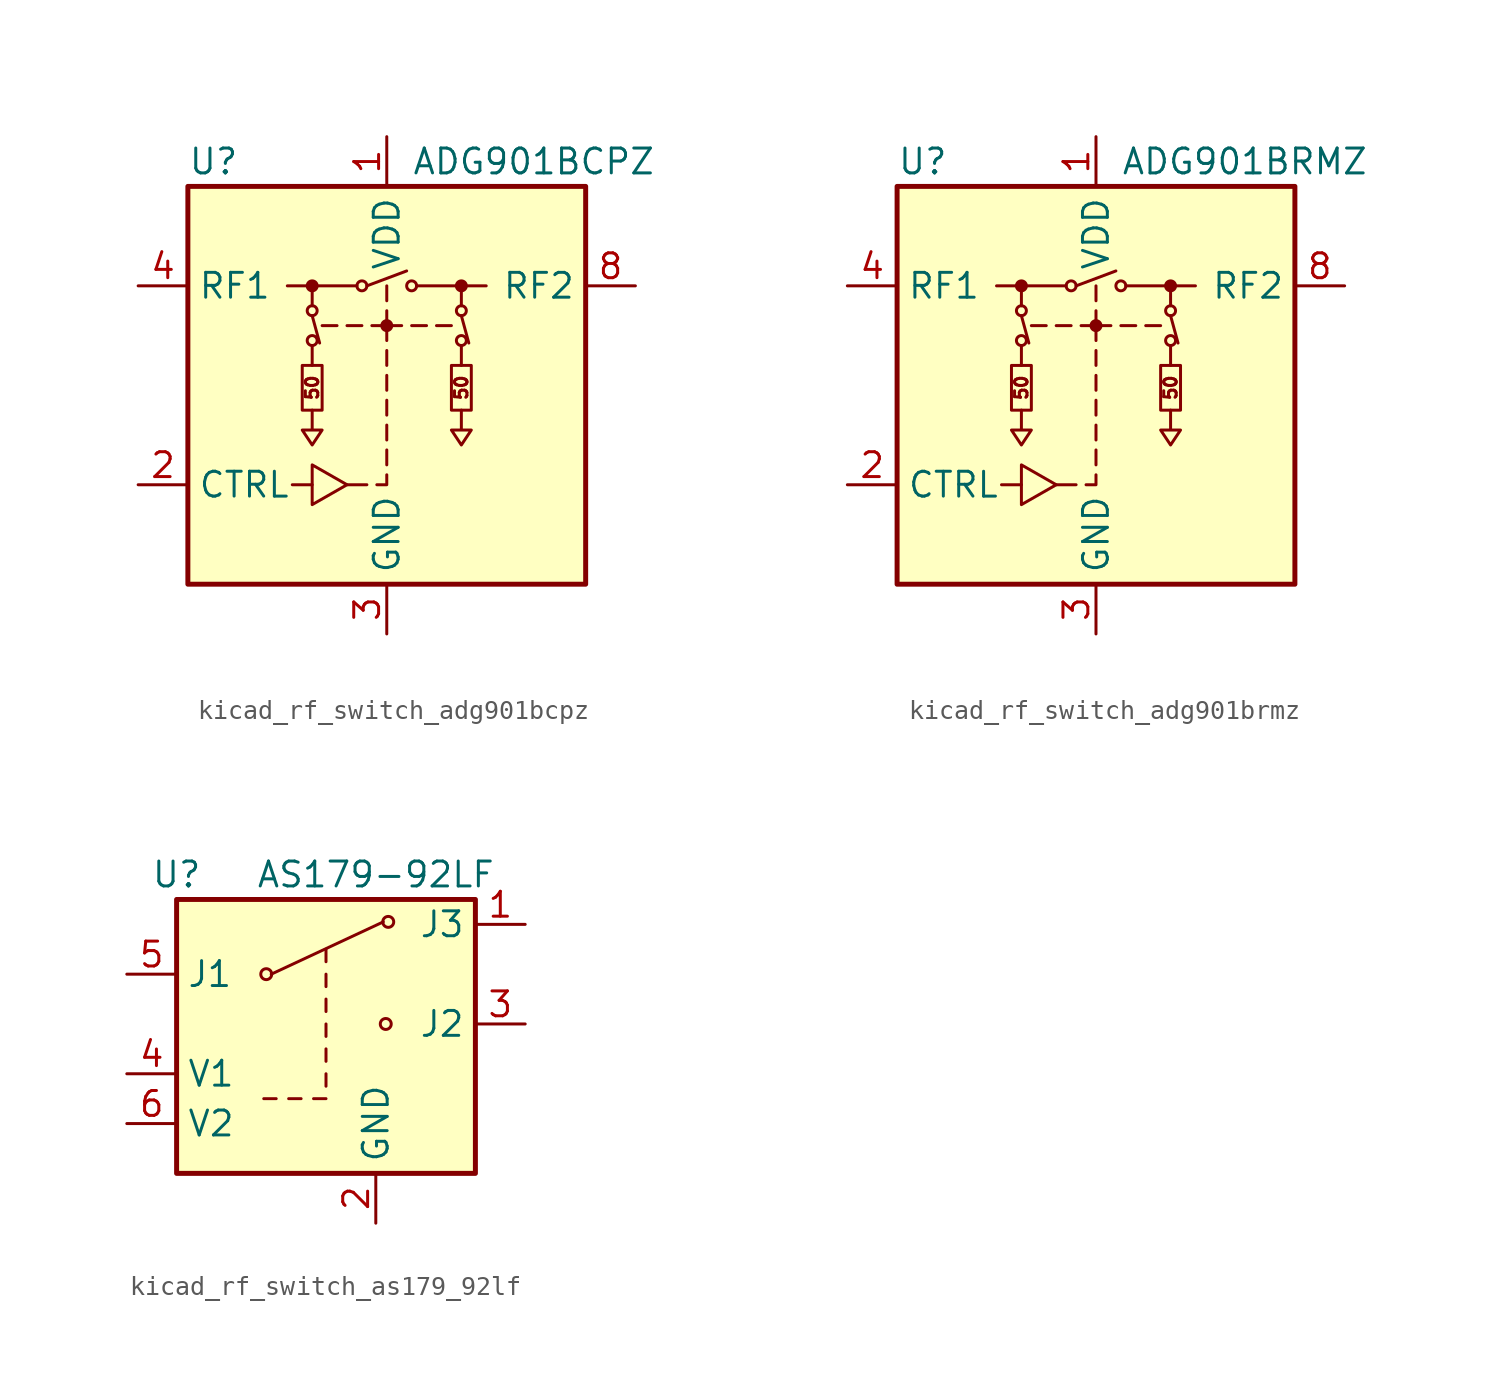
<source format=kicad_sym>
(kicad_symbol_lib
  (version 20220914)
  (generator kicad_symbol_editor)
  (symbol "kicad_rf_switch_adg901bcpz"
    (property "Reference" "U"
      (at -10.16 11.43 0)
      (effects (font (size 1.27 1.27)) (justify left)))
    (property "Value" "ADG901BCPZ"
      (at 1.27 11.43 0)
      (effects (font (size 1.27 1.27)) (justify left)))
    (symbol "kicad_rf_switch_adg901bcpz_0_0"
      (rectangle (start -10.16 10.16) (end 10.16 -10.16) (stroke (width 0.254) (type default)) (fill (type background)))
      (polyline (pts (xy -4.826 -5.08) (xy -3.81 -5.08)) (stroke (width 0) (type default)) (fill (type none)))
      (polyline (pts (xy -2.54 3.048) (xy -3.302 3.048)) (stroke (width 0) (type default)) (fill (type none)))
      (polyline (pts (xy -2.032 3.048) (xy -1.27 3.048)) (stroke (width 0) (type default)) (fill (type none)))
      (polyline (pts (xy -1.016 -5.08) (xy -2.032 -5.08)) (stroke (width 0) (type default)) (fill (type none)))
      (polyline (pts (xy 0 -3.302) (xy 0 -4.064)) (stroke (width 0) (type default)) (fill (type none)))
      (polyline (pts (xy 0 -2.032) (xy 0 -2.794)) (stroke (width 0) (type default)) (fill (type none)))
      (polyline (pts (xy 0 -0.762) (xy 0 -1.524)) (stroke (width 0) (type default)) (fill (type none)))
      (polyline (pts (xy 0 0.508) (xy 0 -0.254)) (stroke (width 0) (type default)) (fill (type none)))
      (polyline (pts (xy 0 1.778) (xy 0 1.016)) (stroke (width 0) (type default)) (fill (type none)))
      (polyline (pts (xy 0 3.048) (xy -0.762 3.048)) (stroke (width 0) (type default)) (fill (type none)))
      (polyline (pts (xy 0 3.048) (xy 0 2.286)) (stroke (width 0) (type default)) (fill (type none)))
      (polyline (pts (xy 0 3.048) (xy 0 3.81)) (stroke (width 0) (type default)) (fill (type none)))
      (polyline (pts (xy 0 3.048) (xy 0.762 3.048)) (stroke (width 0) (type default)) (fill (type none)))
      (polyline (pts (xy 0 4.318) (xy 0 5.08)) (stroke (width 0) (type default)) (fill (type none)))
      (polyline (pts (xy 1.27 3.048) (xy 2.032 3.048)) (stroke (width 0) (type default)) (fill (type none)))
      (polyline (pts (xy 2.54 3.048) (xy 3.302 3.048)) (stroke (width 0) (type default)) (fill (type none)))
      (polyline (pts (xy 0 -4.572) (xy 0 -5.08) (xy -0.508 -5.08)) (stroke (width 0) (type default)) (fill (type none)))
      (polyline (pts (xy -3.81 -4.064) (xy -3.81 -6.096) (xy -2.032 -5.08) (xy -3.81 -4.064)) (stroke (width 0) (type default)) (fill (type none)))
      (circle (center 0 3.048) (radius 0.254) (stroke (width 0) (type default)) (fill (type outline)))
      (text "50" (at -3.81 -0.127 900) (effects (font (size 0.635 0.635))))
      (text "50" (at 3.81 -0.127 900) (effects (font (size 0.635 0.635)))))
    (symbol "kicad_rf_switch_adg901bcpz_0_1"
      (rectangle (start -4.318 1.016) (end -3.302 -1.27) (stroke (width 0) (type default)) (fill (type none)))
      (circle (center -3.81 2.286) (radius 0.254) (stroke (width 0) (type default)) (fill (type none)))
      (circle (center -3.81 3.81) (radius 0.254) (stroke (width 0) (type default)) (fill (type none)))
      (circle (center -3.81 5.08) (radius 0.254) (stroke (width 0) (type default)) (fill (type outline)))
      (circle (center -1.27 5.08) (radius 0.254) (stroke (width 0) (type default)) (fill (type none)))
      (polyline (pts (xy -5.08 5.08) (xy -1.524 5.08)) (stroke (width 0) (type default)) (fill (type none)))
      (polyline (pts (xy -3.81 2.032) (xy -3.81 1.016)) (stroke (width 0) (type default)) (fill (type none)))
      (polyline (pts (xy -3.81 3.556) (xy -3.429 2.159)) (stroke (width 0) (type default)) (fill (type none)))
      (polyline (pts (xy -3.81 5.08) (xy -3.81 4.064)) (stroke (width 0) (type default)) (fill (type none)))
      (polyline (pts (xy -1.016 5.08) (xy 1.016 5.842)) (stroke (width 0) (type default)) (fill (type none)))
      (polyline (pts (xy 1.524 5.08) (xy 5.08 5.08)) (stroke (width 0) (type default)) (fill (type none)))
      (polyline (pts (xy 3.81 2.032) (xy 3.81 1.016)) (stroke (width 0) (type default)) (fill (type none)))
      (polyline (pts (xy 3.81 3.556) (xy 4.191 2.159)) (stroke (width 0) (type default)) (fill (type none)))
      (polyline (pts (xy 3.81 5.08) (xy 3.81 4.064)) (stroke (width 0) (type default)) (fill (type none)))
      (polyline (pts (xy -3.81 -1.27) (xy -3.81 -2.286) (xy -4.318 -2.286) (xy -3.81 -3.048) (xy -3.302 -2.286) (xy -3.81 -2.286)) (stroke (width 0) (type default)) (fill (type none)))
      (polyline (pts (xy 3.81 -1.27) (xy 3.81 -2.286) (xy 3.302 -2.286) (xy 3.81 -3.048) (xy 4.318 -2.286) (xy 3.81 -2.286)) (stroke (width 0) (type default)) (fill (type none)))
      (circle (center 1.27 5.08) (radius 0.254) (stroke (width 0) (type default)) (fill (type none)))
      (rectangle (start 3.302 1.016) (end 4.318 -1.27) (stroke (width 0) (type default)) (fill (type none)))
      (circle (center 3.81 2.286) (radius 0.254) (stroke (width 0) (type default)) (fill (type none)))
      (circle (center 3.81 3.81) (radius 0.254) (stroke (width 0) (type default)) (fill (type none)))
      (circle (center 3.81 5.08) (radius 0.254) (stroke (width 0) (type default)) (fill (type outline))))
    (symbol "kicad_rf_switch_adg901bcpz_1_1"
      (pin power_in line (at 0 12.7 270) (length 2.54) (name "VDD" (effects (font (size 1.27 1.27)))) (number "1" (effects (font (size 1.27 1.27)))))
      (pin input line (at -12.7 -5.08 0) (length 2.54) (name "CTRL" (effects (font (size 1.27 1.27)))) (number "2" (effects (font (size 1.27 1.27)))))
      (pin power_in line (at 0 -12.7 90) (length 2.54) (name "GND" (effects (font (size 1.27 1.27)))) (number "3" (effects (font (size 1.27 1.27)))))
      (pin passive line (at -12.7 5.08 0) (length 2.54) (name "RF1" (effects (font (size 1.27 1.27)))) (number "4" (effects (font (size 1.27 1.27)))))
      (pin passive line (at 0 -12.7 90) (length 2.54) hide (name "GND" (effects (font (size 1.27 1.27)))) (number "5" (effects (font (size 1.27 1.27)))))
      (pin passive line (at 0 -12.7 90) (length 2.54) hide (name "GND" (effects (font (size 1.27 1.27)))) (number "6" (effects (font (size 1.27 1.27)))))
      (pin passive line (at 0 -12.7 90) (length 2.54) hide (name "GND" (effects (font (size 1.27 1.27)))) (number "7" (effects (font (size 1.27 1.27)))))
      (pin passive line (at 12.7 5.08 180) (length 2.54) (name "RF2" (effects (font (size 1.27 1.27)))) (number "8" (effects (font (size 1.27 1.27)))))
      (pin passive line (at 0 -12.7 90) (length 2.54) hide (name "GND" (effects (font (size 1.27 1.27)))) (number "9" (effects (font (size 1.27 1.27)))))))
  (symbol "kicad_rf_switch_adg901brmz"
    (property "Reference" "U"
      (at -10.16 11.43 0)
      (effects (font (size 1.27 1.27)) (justify left)))
    (property "Value" "ADG901BRMZ"
      (at 1.27 11.43 0)
      (effects (font (size 1.27 1.27)) (justify left)))
    (symbol "kicad_rf_switch_adg901brmz_0_0"
      (rectangle (start -10.16 10.16) (end 10.16 -10.16) (stroke (width 0.254) (type default)) (fill (type background)))
      (polyline (pts (xy -4.826 -5.08) (xy -3.81 -5.08)) (stroke (width 0) (type default)) (fill (type none)))
      (polyline (pts (xy -2.54 3.048) (xy -3.302 3.048)) (stroke (width 0) (type default)) (fill (type none)))
      (polyline (pts (xy -2.032 3.048) (xy -1.27 3.048)) (stroke (width 0) (type default)) (fill (type none)))
      (polyline (pts (xy -1.016 -5.08) (xy -2.032 -5.08)) (stroke (width 0) (type default)) (fill (type none)))
      (polyline (pts (xy 0 -3.302) (xy 0 -4.064)) (stroke (width 0) (type default)) (fill (type none)))
      (polyline (pts (xy 0 -2.032) (xy 0 -2.794)) (stroke (width 0) (type default)) (fill (type none)))
      (polyline (pts (xy 0 -0.762) (xy 0 -1.524)) (stroke (width 0) (type default)) (fill (type none)))
      (polyline (pts (xy 0 0.508) (xy 0 -0.254)) (stroke (width 0) (type default)) (fill (type none)))
      (polyline (pts (xy 0 1.778) (xy 0 1.016)) (stroke (width 0) (type default)) (fill (type none)))
      (polyline (pts (xy 0 3.048) (xy -0.762 3.048)) (stroke (width 0) (type default)) (fill (type none)))
      (polyline (pts (xy 0 3.048) (xy 0 2.286)) (stroke (width 0) (type default)) (fill (type none)))
      (polyline (pts (xy 0 3.048) (xy 0 3.81)) (stroke (width 0) (type default)) (fill (type none)))
      (polyline (pts (xy 0 3.048) (xy 0.762 3.048)) (stroke (width 0) (type default)) (fill (type none)))
      (polyline (pts (xy 0 4.318) (xy 0 5.08)) (stroke (width 0) (type default)) (fill (type none)))
      (polyline (pts (xy 1.27 3.048) (xy 2.032 3.048)) (stroke (width 0) (type default)) (fill (type none)))
      (polyline (pts (xy 2.54 3.048) (xy 3.302 3.048)) (stroke (width 0) (type default)) (fill (type none)))
      (polyline (pts (xy 0 -4.572) (xy 0 -5.08) (xy -0.508 -5.08)) (stroke (width 0) (type default)) (fill (type none)))
      (polyline (pts (xy -3.81 -4.064) (xy -3.81 -6.096) (xy -2.032 -5.08) (xy -3.81 -4.064)) (stroke (width 0) (type default)) (fill (type none)))
      (circle (center 0 3.048) (radius 0.254) (stroke (width 0) (type default)) (fill (type outline)))
      (text "50" (at -3.81 -0.127 900) (effects (font (size 0.635 0.635))))
      (text "50" (at 3.81 -0.127 900) (effects (font (size 0.635 0.635)))))
    (symbol "kicad_rf_switch_adg901brmz_0_1"
      (rectangle (start -4.318 1.016) (end -3.302 -1.27) (stroke (width 0) (type default)) (fill (type none)))
      (circle (center -3.81 2.286) (radius 0.254) (stroke (width 0) (type default)) (fill (type none)))
      (circle (center -3.81 3.81) (radius 0.254) (stroke (width 0) (type default)) (fill (type none)))
      (circle (center -3.81 5.08) (radius 0.254) (stroke (width 0) (type default)) (fill (type outline)))
      (circle (center -1.27 5.08) (radius 0.254) (stroke (width 0) (type default)) (fill (type none)))
      (polyline (pts (xy -5.08 5.08) (xy -1.524 5.08)) (stroke (width 0) (type default)) (fill (type none)))
      (polyline (pts (xy -3.81 2.032) (xy -3.81 1.016)) (stroke (width 0) (type default)) (fill (type none)))
      (polyline (pts (xy -3.81 3.556) (xy -3.429 2.159)) (stroke (width 0) (type default)) (fill (type none)))
      (polyline (pts (xy -3.81 5.08) (xy -3.81 4.064)) (stroke (width 0) (type default)) (fill (type none)))
      (polyline (pts (xy -1.016 5.08) (xy 1.016 5.842)) (stroke (width 0) (type default)) (fill (type none)))
      (polyline (pts (xy 1.524 5.08) (xy 5.08 5.08)) (stroke (width 0) (type default)) (fill (type none)))
      (polyline (pts (xy 3.81 2.032) (xy 3.81 1.016)) (stroke (width 0) (type default)) (fill (type none)))
      (polyline (pts (xy 3.81 3.556) (xy 4.191 2.159)) (stroke (width 0) (type default)) (fill (type none)))
      (polyline (pts (xy 3.81 5.08) (xy 3.81 4.064)) (stroke (width 0) (type default)) (fill (type none)))
      (polyline (pts (xy -3.81 -1.27) (xy -3.81 -2.286) (xy -4.318 -2.286) (xy -3.81 -3.048) (xy -3.302 -2.286) (xy -3.81 -2.286)) (stroke (width 0) (type default)) (fill (type none)))
      (polyline (pts (xy 3.81 -1.27) (xy 3.81 -2.286) (xy 3.302 -2.286) (xy 3.81 -3.048) (xy 4.318 -2.286) (xy 3.81 -2.286)) (stroke (width 0) (type default)) (fill (type none)))
      (circle (center 1.27 5.08) (radius 0.254) (stroke (width 0) (type default)) (fill (type none)))
      (rectangle (start 3.302 1.016) (end 4.318 -1.27) (stroke (width 0) (type default)) (fill (type none)))
      (circle (center 3.81 2.286) (radius 0.254) (stroke (width 0) (type default)) (fill (type none)))
      (circle (center 3.81 3.81) (radius 0.254) (stroke (width 0) (type default)) (fill (type none)))
      (circle (center 3.81 5.08) (radius 0.254) (stroke (width 0) (type default)) (fill (type outline))))
    (symbol "kicad_rf_switch_adg901brmz_1_1"
      (pin power_in line (at 0 12.7 270) (length 2.54) (name "VDD" (effects (font (size 1.27 1.27)))) (number "1" (effects (font (size 1.27 1.27)))))
      (pin input line (at -12.7 -5.08 0) (length 2.54) (name "CTRL" (effects (font (size 1.27 1.27)))) (number "2" (effects (font (size 1.27 1.27)))))
      (pin power_in line (at 0 -12.7 90) (length 2.54) (name "GND" (effects (font (size 1.27 1.27)))) (number "3" (effects (font (size 1.27 1.27)))))
      (pin passive line (at -12.7 5.08 0) (length 2.54) (name "RF1" (effects (font (size 1.27 1.27)))) (number "4" (effects (font (size 1.27 1.27)))))
      (pin passive line (at 0 -12.7 90) (length 2.54) hide (name "GND" (effects (font (size 1.27 1.27)))) (number "5" (effects (font (size 1.27 1.27)))))
      (pin passive line (at 0 -12.7 90) (length 2.54) hide (name "GND" (effects (font (size 1.27 1.27)))) (number "6" (effects (font (size 1.27 1.27)))))
      (pin passive line (at 0 -12.7 90) (length 2.54) hide (name "GND" (effects (font (size 1.27 1.27)))) (number "7" (effects (font (size 1.27 1.27)))))
      (pin passive line (at 12.7 5.08 180) (length 2.54) (name "RF2" (effects (font (size 1.27 1.27)))) (number "8" (effects (font (size 1.27 1.27)))))))
  (symbol "kicad_rf_switch_as179_92lf"
    (property "Reference" "U"
      (at -7.62 7.62 0)
      (effects (font (size 1.27 1.27))))
    (property "Value" "AS179-92LF"
      (at 2.54 7.62 0)
      (effects (font (size 1.27 1.27))))
    (symbol "kicad_rf_switch_as179_92lf_1_1"
      (circle (center -3.048 2.54) (radius 0.279) (stroke (width 0) (type default)) (fill (type none)))
      (polyline (pts (xy -3.175 -3.81) (xy -2.54 -3.81)) (stroke (width 0) (type default)) (fill (type none)))
      (polyline (pts (xy -2.794 2.54) (xy 2.921 5.207)) (stroke (width 0) (type default)) (fill (type none)))
      (polyline (pts (xy -1.905 -3.81) (xy -1.27 -3.81)) (stroke (width 0) (type default)) (fill (type none)))
      (polyline (pts (xy -0.635 -3.81) (xy 0 -3.81)) (stroke (width 0) (type default)) (fill (type none)))
      (polyline (pts (xy 0 -3.175) (xy 0 -2.54)) (stroke (width 0) (type default)) (fill (type none)))
      (polyline (pts (xy 0 -1.905) (xy 0 -1.27)) (stroke (width 0) (type default)) (fill (type none)))
      (polyline (pts (xy 0 -0.635) (xy 0 0)) (stroke (width 0) (type default)) (fill (type none)))
      (polyline (pts (xy 0 0.635) (xy 0 1.27)) (stroke (width 0) (type default)) (fill (type none)))
      (polyline (pts (xy 0 1.905) (xy 0 2.54)) (stroke (width 0) (type default)) (fill (type none)))
      (polyline (pts (xy 0 3.175) (xy 0 3.81)) (stroke (width 0) (type default)) (fill (type none)))
      (circle (center 3.048 0) (radius 0.279) (stroke (width 0) (type default)) (fill (type none)))
      (circle (center 3.175 5.207) (radius 0.279) (stroke (width 0) (type default)) (fill (type none)))
      (rectangle (start 7.62 -7.62) (end -7.62 6.35) (stroke (width 0.254) (type default)) (fill (type background)))
      (pin passive line (at 10.16 5.08 180) (length 2.54) (name "J3" (effects (font (size 1.27 1.27)))) (number "1" (effects (font (size 1.27 1.27)))))
      (pin power_in line (at 2.54 -10.16 90) (length 2.54) (name "GND" (effects (font (size 1.27 1.27)))) (number "2" (effects (font (size 1.27 1.27)))))
      (pin passive line (at 10.16 0 180) (length 2.54) (name "J2" (effects (font (size 1.27 1.27)))) (number "3" (effects (font (size 1.27 1.27)))))
      (pin input line (at -10.16 -2.54 0) (length 2.54) (name "V1" (effects (font (size 1.27 1.27)))) (number "4" (effects (font (size 1.27 1.27)))))
      (pin passive line (at -10.16 2.54 0) (length 2.54) (name "J1" (effects (font (size 1.27 1.27)))) (number "5" (effects (font (size 1.27 1.27)))))
      (pin input line (at -10.16 -5.08 0) (length 2.54) (name "V2" (effects (font (size 1.27 1.27)))) (number "6" (effects (font (size 1.27 1.27))))))))
</source>
